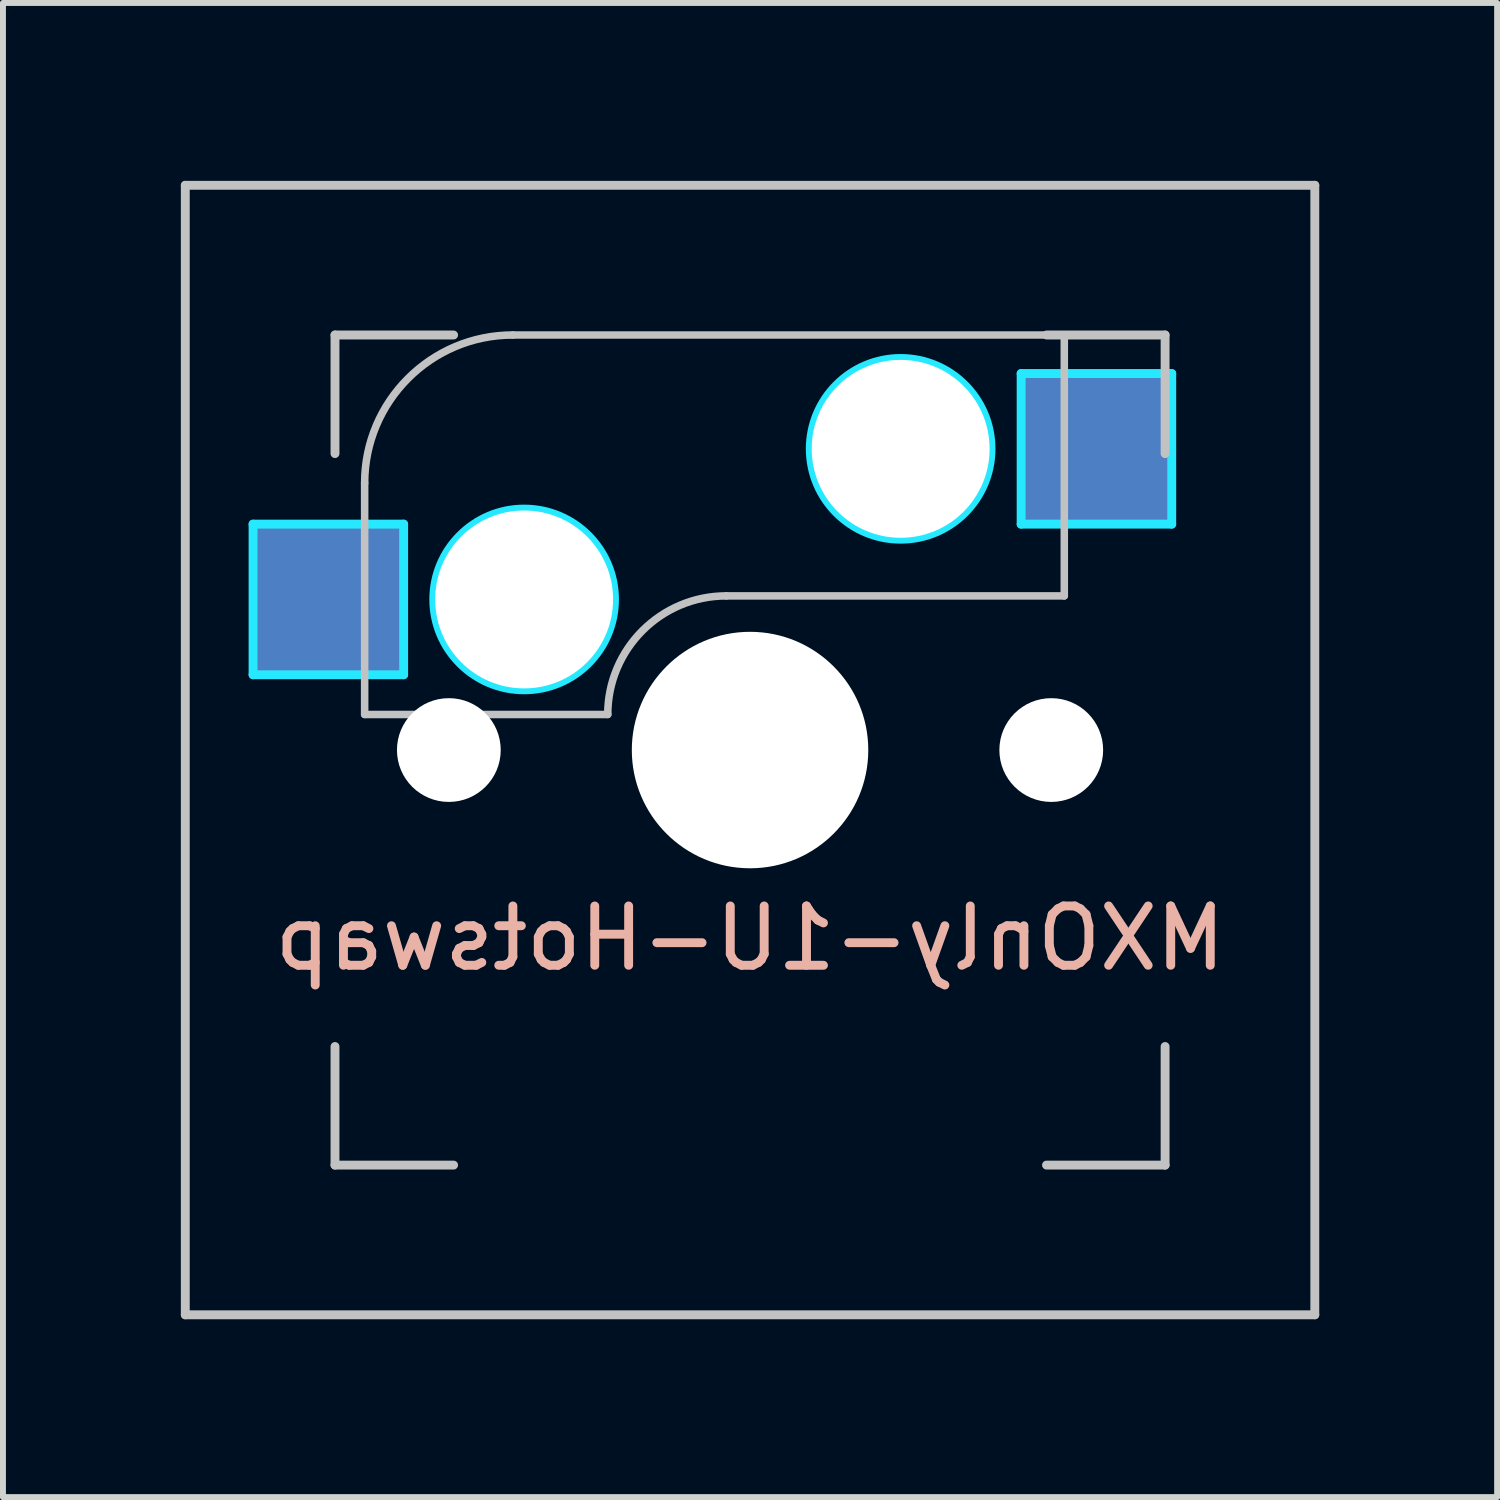
<source format=kicad_pcb>
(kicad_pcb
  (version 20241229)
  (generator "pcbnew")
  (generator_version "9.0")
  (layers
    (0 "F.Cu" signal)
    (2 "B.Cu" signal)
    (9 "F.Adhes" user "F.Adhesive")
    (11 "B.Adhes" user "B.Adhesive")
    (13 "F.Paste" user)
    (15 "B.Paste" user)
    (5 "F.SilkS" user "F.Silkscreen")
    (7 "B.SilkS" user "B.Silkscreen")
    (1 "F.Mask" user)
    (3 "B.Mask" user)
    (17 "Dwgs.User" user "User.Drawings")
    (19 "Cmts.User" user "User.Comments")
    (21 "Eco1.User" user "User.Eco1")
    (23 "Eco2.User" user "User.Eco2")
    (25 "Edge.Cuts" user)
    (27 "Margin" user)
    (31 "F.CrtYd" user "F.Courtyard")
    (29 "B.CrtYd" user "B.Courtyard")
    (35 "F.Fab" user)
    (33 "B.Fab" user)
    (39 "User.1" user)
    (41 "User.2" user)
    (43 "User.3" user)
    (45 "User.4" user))
  (footprint "MXOnly-1U-Hotswap"
    (layer "F.Cu")
    (at 9.6 9.6)
    (property "Reference" "MXOnly-1U-Hotswap" (at 0 3.175 0) (layer "B.SilkS") (effects (font (size 1 1) (thickness 0.15)) (justify mirror)))
    (attr smd)
    (fp_line (start -9.525 -9.525) (end 9.525 -9.525) (stroke (width 0.15) (type solid)) (layer "Dwgs.User"))
    (fp_line (start -9.525 9.525) (end -9.525 -9.525) (stroke (width 0.15) (type solid)) (layer "Dwgs.User"))
    (fp_line (start -7 -7) (end -7 -5) (stroke (width 0.15) (type solid)) (layer "Dwgs.User"))
    (fp_line (start -7 5) (end -7 7) (stroke (width 0.15) (type solid)) (layer "Dwgs.User"))
    (fp_line (start -7 7) (end -5 7) (stroke (width 0.15) (type solid)) (layer "Dwgs.User"))
    (fp_line (start -6.5 -4.5) (end -6.5 -0.6) (stroke (width 0.127) (type solid)) (layer "Dwgs.User"))
    (fp_line (start -6.5 -0.6) (end -2.4 -0.6) (stroke (width 0.127) (type solid)) (layer "Dwgs.User"))
    (fp_line (start -5 -7) (end -7 -7) (stroke (width 0.15) (type solid)) (layer "Dwgs.User"))
    (fp_line (start -0.4 -2.6) (end 5.3 -2.6) (stroke (width 0.127) (type solid)) (layer "Dwgs.User"))
    (fp_line (start 5 -7) (end 7 -7) (stroke (width 0.15) (type solid)) (layer "Dwgs.User"))
    (fp_line (start 5 7) (end 7 7) (stroke (width 0.15) (type solid)) (layer "Dwgs.User"))
    (fp_line (start 5.3 -7) (end -4 -7) (stroke (width 0.127) (type solid)) (layer "Dwgs.User"))
    (fp_line (start 5.3 -7) (end 5.3 -2.6) (stroke (width 0.127) (type solid)) (layer "Dwgs.User"))
    (fp_line (start 7 -7) (end 7 -5) (stroke (width 0.15) (type solid)) (layer "Dwgs.User"))
    (fp_line (start 7 7) (end 7 5) (stroke (width 0.15) (type solid)) (layer "Dwgs.User"))
    (fp_line (start 9.525 -9.525) (end 9.525 9.525) (stroke (width 0.15) (type solid)) (layer "Dwgs.User"))
    (fp_line (start 9.525 9.525) (end -9.525 9.525) (stroke (width 0.15) (type solid)) (layer "Dwgs.User"))
    (fp_arc (start -6.5 -4.5) (mid -5.767767 -6.267767) (end -4 -7) (stroke (width 0.127) (type solid)) (layer "Dwgs.User"))
    (fp_arc (start -2.4 -0.6) (mid -1.814214 -2.014214) (end -0.4 -2.6) (stroke (width 0.127) (type solid)) (layer "Dwgs.User"))
    (fp_line (start -8.382 -3.81) (end -8.382 -1.27) (stroke (width 0.15) (type solid)) (layer "B.CrtYd"))
    (fp_line (start -8.382 -1.27) (end -5.842 -1.27) (stroke (width 0.15) (type solid)) (layer "B.CrtYd"))
    (fp_line (start -5.842 -3.81) (end -8.382 -3.81) (stroke (width 0.15) (type solid)) (layer "B.CrtYd"))
    (fp_line (start -5.842 -1.27) (end -5.842 -3.81) (stroke (width 0.15) (type solid)) (layer "B.CrtYd"))
    (fp_line (start 4.572 -6.35) (end 7.112 -6.35) (stroke (width 0.15) (type solid)) (layer "B.CrtYd"))
    (fp_line (start 4.572 -3.81) (end 4.572 -6.35) (stroke (width 0.15) (type solid)) (layer "B.CrtYd"))
    (fp_line (start 7.112 -6.35) (end 7.112 -3.81) (stroke (width 0.15) (type solid)) (layer "B.CrtYd"))
    (fp_line (start 7.112 -3.81) (end 4.572 -3.81) (stroke (width 0.15) (type solid)) (layer "B.CrtYd"))
    (fp_circle (center -3.81 -2.54) (end -3.81 -4.064) (stroke (width 0.15) (type solid)) (fill no) (layer "B.CrtYd"))
    (fp_circle (center 2.54 -5.08) (end 2.54 -6.604) (stroke (width 0.15) (type solid)) (fill no) (layer "B.CrtYd"))
    (pad "" np_thru_hole circle (at -5.08 0 48.099) (size 1.75 1.75) (drill 1.75) (layers "*.Cu" "*.Mask"))
    (pad "" np_thru_hole circle (at -3.81 -2.54) (size 3 3) (drill 3) (layers "*.Cu" "*.Mask"))
    (pad "" np_thru_hole circle (at 0 0) (size 3.988 3.988) (drill 3.988) (layers "*.Cu" "*.Mask"))
    (pad "" np_thru_hole circle (at 2.54 -5.08) (size 3 3) (drill 3) (layers "*.Cu" "*.Mask"))
    (pad "" np_thru_hole circle (at 5.08 0 48.099) (size 1.75 1.75) (drill 1.75) (layers "*.Cu" "*.Mask"))
    (pad "1" smd rect (at -7.085 -2.54) (size 2.55 2.5) (layers "B.Cu" "B.Mask" "B.Paste"))
    (pad "2" smd rect (at 5.842 -5.08) (size 2.55 2.5) (layers "B.Cu" "B.Mask" "B.Paste")))
  (gr_rect
    (start -3 -3)
    (end 22.2 22.2)
    (stroke (width 0.1) (type default))
    (fill no)
    (layer "Edge.Cuts")))
</source>
